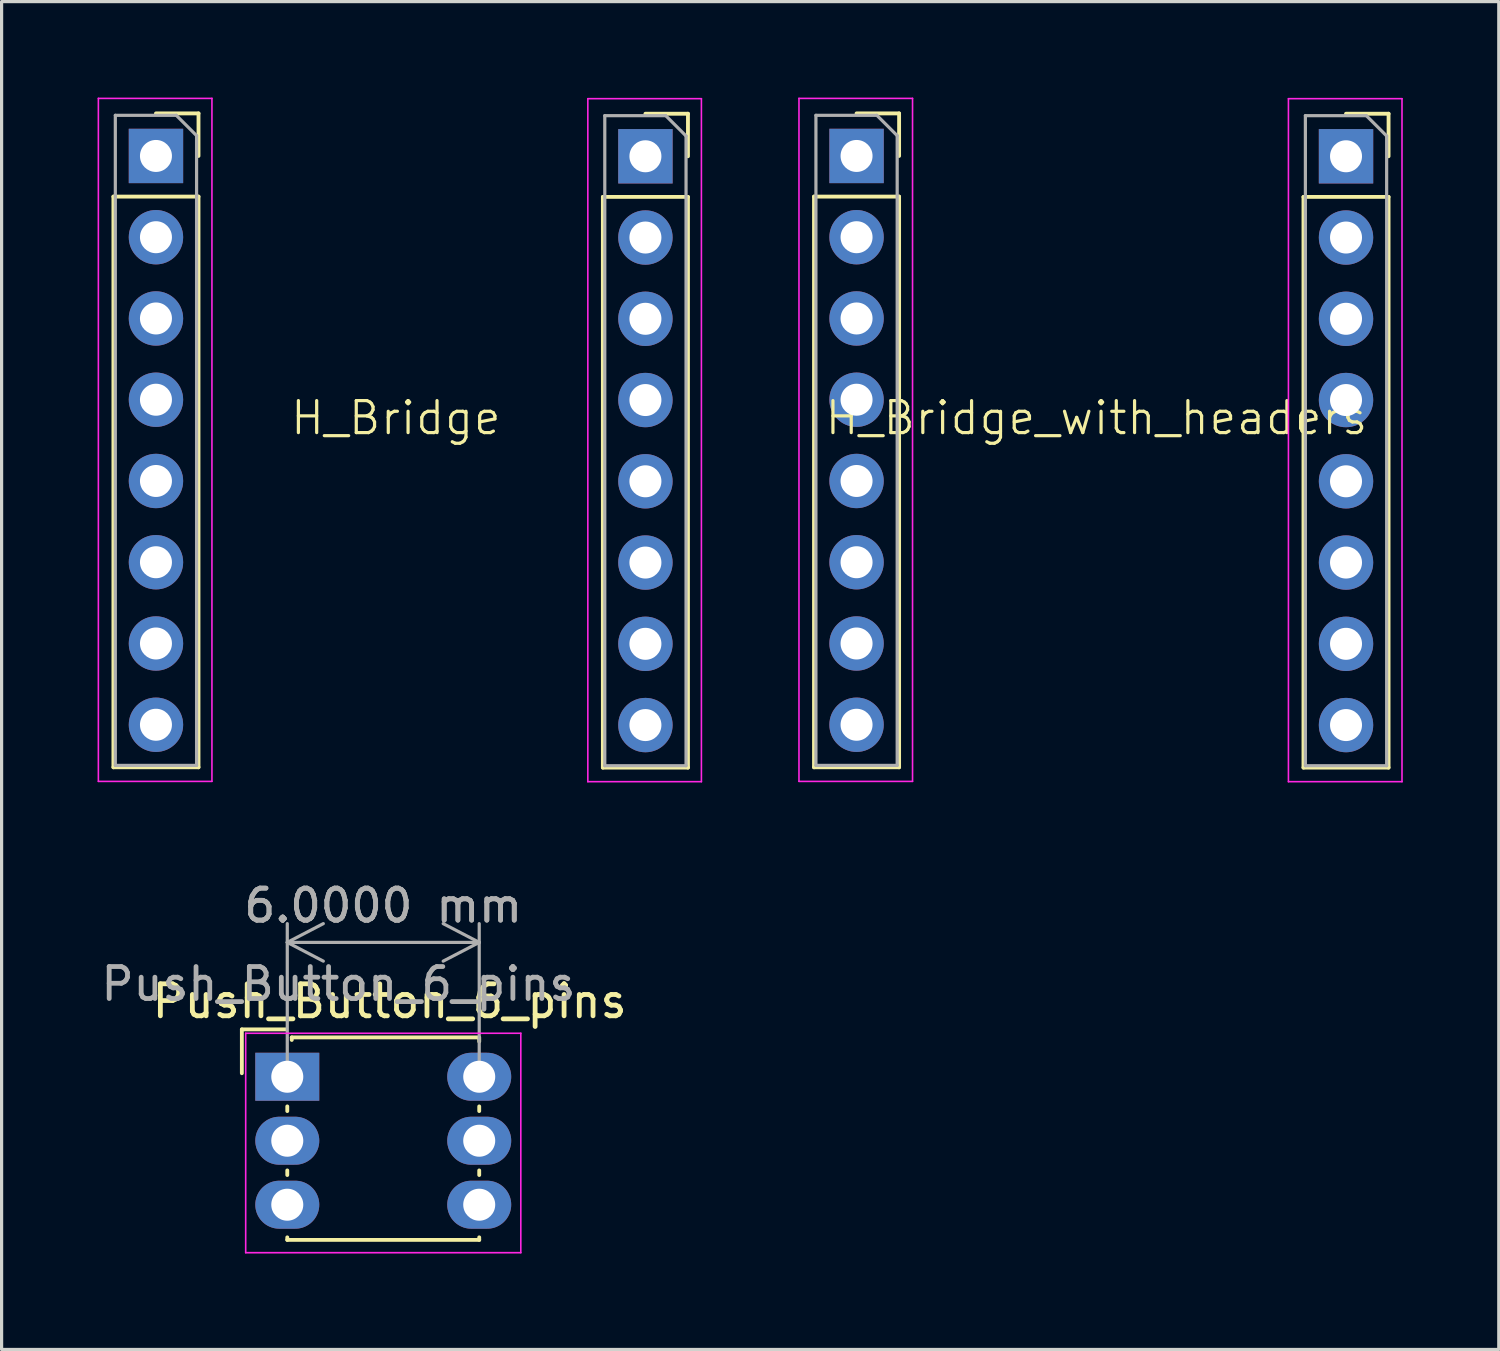
<source format=kicad_pcb>
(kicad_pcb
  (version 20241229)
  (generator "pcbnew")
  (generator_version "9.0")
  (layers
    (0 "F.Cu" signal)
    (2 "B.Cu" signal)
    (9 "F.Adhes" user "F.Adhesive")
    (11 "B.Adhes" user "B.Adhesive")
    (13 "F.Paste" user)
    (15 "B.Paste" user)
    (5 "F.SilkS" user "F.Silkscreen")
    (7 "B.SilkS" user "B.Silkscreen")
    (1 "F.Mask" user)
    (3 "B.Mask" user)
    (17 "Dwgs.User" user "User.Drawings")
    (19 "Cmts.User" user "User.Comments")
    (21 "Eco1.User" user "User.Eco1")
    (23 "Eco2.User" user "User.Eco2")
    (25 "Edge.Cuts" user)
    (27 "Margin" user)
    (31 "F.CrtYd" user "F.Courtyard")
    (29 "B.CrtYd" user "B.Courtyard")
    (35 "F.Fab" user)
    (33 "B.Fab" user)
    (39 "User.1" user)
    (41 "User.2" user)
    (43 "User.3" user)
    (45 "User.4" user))
  (footprint "H_Bridge_with_headers"
    (layer "F.Cu")
    (at 31.225 10.515)
    (property "Reference" "H_Bridge_with_headers" (at 0 -0.5 0) (unlocked yes) (layer "F.SilkS") (effects (font (size 1 1) (thickness 0.1))))
    (attr smd)
    (fp_line (start -8.83 -7.42) (end -8.83 10.42) (stroke (width 0.12) (type solid)) (layer "F.SilkS"))
    (fp_line (start -8.83 -7.42) (end -6.17 -7.42) (stroke (width 0.12) (type solid)) (layer "F.SilkS"))
    (fp_line (start -8.83 10.42) (end -6.17 10.42) (stroke (width 0.12) (type solid)) (layer "F.SilkS"))
    (fp_line (start -7.5 -10.02) (end -6.17 -10.02) (stroke (width 0.12) (type solid)) (layer "F.SilkS"))
    (fp_line (start -6.17 -10.02) (end -6.17 -8.69) (stroke (width 0.12) (type solid)) (layer "F.SilkS"))
    (fp_line (start -6.17 -7.42) (end -6.17 10.42) (stroke (width 0.12) (type solid)) (layer "F.SilkS"))
    (fp_line (start 6.47 -7.41) (end 6.47 10.43) (stroke (width 0.12) (type solid)) (layer "F.SilkS"))
    (fp_line (start 6.47 -7.41) (end 9.13 -7.41) (stroke (width 0.12) (type solid)) (layer "F.SilkS"))
    (fp_line (start 6.47 10.43) (end 9.13 10.43) (stroke (width 0.12) (type solid)) (layer "F.SilkS"))
    (fp_line (start 7.8 -10.01) (end 9.13 -10.01) (stroke (width 0.12) (type solid)) (layer "F.SilkS"))
    (fp_line (start 9.13 -10.01) (end 9.13 -8.68) (stroke (width 0.12) (type solid)) (layer "F.SilkS"))
    (fp_line (start 9.13 -7.41) (end 9.13 10.43) (stroke (width 0.12) (type solid)) (layer "F.SilkS"))
    (fp_line (start -9.3 -10.49) (end -5.75 -10.49) (stroke (width 0.05) (type solid)) (layer "F.CrtYd"))
    (fp_line (start -9.3 10.86) (end -9.3 -10.49) (stroke (width 0.05) (type solid)) (layer "F.CrtYd"))
    (fp_line (start -5.75 -10.49) (end -5.75 10.86) (stroke (width 0.05) (type solid)) (layer "F.CrtYd"))
    (fp_line (start -5.75 10.86) (end -9.3 10.86) (stroke (width 0.05) (type solid)) (layer "F.CrtYd"))
    (fp_line (start 6 -10.48) (end 9.55 -10.48) (stroke (width 0.05) (type solid)) (layer "F.CrtYd"))
    (fp_line (start 6 10.87) (end 6 -10.48) (stroke (width 0.05) (type solid)) (layer "F.CrtYd"))
    (fp_line (start 9.55 -10.48) (end 9.55 10.87) (stroke (width 0.05) (type solid)) (layer "F.CrtYd"))
    (fp_line (start 9.55 10.87) (end 6 10.87) (stroke (width 0.05) (type solid)) (layer "F.CrtYd"))
    (fp_line (start -8.77 -9.96) (end -6.865 -9.96) (stroke (width 0.1) (type solid)) (layer "F.Fab"))
    (fp_line (start -8.77 10.36) (end -8.77 -9.96) (stroke (width 0.1) (type solid)) (layer "F.Fab"))
    (fp_line (start -6.865 -9.96) (end -6.23 -9.325) (stroke (width 0.1) (type solid)) (layer "F.Fab"))
    (fp_line (start -6.23 -9.325) (end -6.23 10.36) (stroke (width 0.1) (type solid)) (layer "F.Fab"))
    (fp_line (start -6.23 10.36) (end -8.77 10.36) (stroke (width 0.1) (type solid)) (layer "F.Fab"))
    (fp_line (start 6.53 -9.95) (end 8.435 -9.95) (stroke (width 0.1) (type solid)) (layer "F.Fab"))
    (fp_line (start 6.53 10.37) (end 6.53 -9.95) (stroke (width 0.1) (type solid)) (layer "F.Fab"))
    (fp_line (start 8.435 -9.95) (end 9.07 -9.315) (stroke (width 0.1) (type solid)) (layer "F.Fab"))
    (fp_line (start 9.07 -9.315) (end 9.07 10.37) (stroke (width 0.1) (type solid)) (layer "F.Fab"))
    (fp_line (start 9.07 10.37) (end 6.53 10.37) (stroke (width 0.1) (type solid)) (layer "F.Fab"))
    (pad "1" thru_hole rect (at -7.5 -8.69) (size 1.7 1.7) (drill 1) (layers "*.Cu" "*.Mask"))
    (pad "2" thru_hole oval (at -7.5 -6.15) (size 1.7 1.7) (drill 1) (layers "*.Cu" "*.Mask"))
    (pad "3" thru_hole oval (at -7.5 -3.61) (size 1.7 1.7) (drill 1) (layers "*.Cu" "*.Mask"))
    (pad "4" thru_hole oval (at -7.5 -1.07) (size 1.7 1.7) (drill 1) (layers "*.Cu" "*.Mask"))
    (pad "5" thru_hole oval (at -7.5 1.47) (size 1.7 1.7) (drill 1) (layers "*.Cu" "*.Mask"))
    (pad "6" thru_hole oval (at -7.5 4.01) (size 1.7 1.7) (drill 1) (layers "*.Cu" "*.Mask"))
    (pad "7" thru_hole oval (at -7.5 6.55) (size 1.7 1.7) (drill 1) (layers "*.Cu" "*.Mask"))
    (pad "8" thru_hole oval (at -7.5 9.09) (size 1.7 1.7) (drill 1) (layers "*.Cu" "*.Mask"))
    (pad "9" thru_hole oval (at 7.8 9.1) (size 1.7 1.7) (drill 1) (layers "*.Cu" "*.Mask"))
    (pad "10" thru_hole oval (at 7.8 6.56) (size 1.7 1.7) (drill 1) (layers "*.Cu" "*.Mask"))
    (pad "11" thru_hole oval (at 7.8 4.02) (size 1.7 1.7) (drill 1) (layers "*.Cu" "*.Mask"))
    (pad "12" thru_hole oval (at 7.8 1.48) (size 1.7 1.7) (drill 1) (layers "*.Cu" "*.Mask"))
    (pad "13" thru_hole oval (at 7.8 -1.06) (size 1.7 1.7) (drill 1) (layers "*.Cu" "*.Mask"))
    (pad "14" thru_hole oval (at 7.8 -3.6) (size 1.7 1.7) (drill 1) (layers "*.Cu" "*.Mask"))
    (pad "15" thru_hole oval (at 7.8 -6.14) (size 1.7 1.7) (drill 1) (layers "*.Cu" "*.Mask"))
    (pad "16" thru_hole rect (at 7.8 -8.68) (size 1.7 1.7) (drill 1) (layers "*.Cu" "*.Mask")))
  (footprint "H_Bridge"
    (layer "F.Cu")
    (at 9.325 10.515)
    (property "Reference" "H_Bridge" (at 0 -0.5 0) (unlocked yes) (layer "F.SilkS") (effects (font (size 1 1) (thickness 0.1))))
    (attr smd)
    (fp_line (start -8.83 -7.42) (end -8.83 10.42) (stroke (width 0.12) (type solid)) (layer "F.SilkS"))
    (fp_line (start -8.83 -7.42) (end -6.17 -7.42) (stroke (width 0.12) (type solid)) (layer "F.SilkS"))
    (fp_line (start -8.83 10.42) (end -6.17 10.42) (stroke (width 0.12) (type solid)) (layer "F.SilkS"))
    (fp_line (start -7.5 -10.02) (end -6.17 -10.02) (stroke (width 0.12) (type solid)) (layer "F.SilkS"))
    (fp_line (start -6.17 -10.02) (end -6.17 -8.69) (stroke (width 0.12) (type solid)) (layer "F.SilkS"))
    (fp_line (start -6.17 -7.42) (end -6.17 10.42) (stroke (width 0.12) (type solid)) (layer "F.SilkS"))
    (fp_line (start 6.47 -7.41) (end 6.47 10.43) (stroke (width 0.12) (type solid)) (layer "F.SilkS"))
    (fp_line (start 6.47 -7.41) (end 9.13 -7.41) (stroke (width 0.12) (type solid)) (layer "F.SilkS"))
    (fp_line (start 6.47 10.43) (end 9.13 10.43) (stroke (width 0.12) (type solid)) (layer "F.SilkS"))
    (fp_line (start 7.8 -10.01) (end 9.13 -10.01) (stroke (width 0.12) (type solid)) (layer "F.SilkS"))
    (fp_line (start 9.13 -10.01) (end 9.13 -8.68) (stroke (width 0.12) (type solid)) (layer "F.SilkS"))
    (fp_line (start 9.13 -7.41) (end 9.13 10.43) (stroke (width 0.12) (type solid)) (layer "F.SilkS"))
    (fp_line (start -9.3 -10.49) (end -5.75 -10.49) (stroke (width 0.05) (type solid)) (layer "F.CrtYd"))
    (fp_line (start -9.3 10.86) (end -9.3 -10.49) (stroke (width 0.05) (type solid)) (layer "F.CrtYd"))
    (fp_line (start -5.75 -10.49) (end -5.75 10.86) (stroke (width 0.05) (type solid)) (layer "F.CrtYd"))
    (fp_line (start -5.75 10.86) (end -9.3 10.86) (stroke (width 0.05) (type solid)) (layer "F.CrtYd"))
    (fp_line (start 6 -10.48) (end 9.55 -10.48) (stroke (width 0.05) (type solid)) (layer "F.CrtYd"))
    (fp_line (start 6 10.87) (end 6 -10.48) (stroke (width 0.05) (type solid)) (layer "F.CrtYd"))
    (fp_line (start 9.55 -10.48) (end 9.55 10.87) (stroke (width 0.05) (type solid)) (layer "F.CrtYd"))
    (fp_line (start 9.55 10.87) (end 6 10.87) (stroke (width 0.05) (type solid)) (layer "F.CrtYd"))
    (fp_line (start -8.77 -9.96) (end -6.865 -9.96) (stroke (width 0.1) (type solid)) (layer "F.Fab"))
    (fp_line (start -8.77 10.36) (end -8.77 -9.96) (stroke (width 0.1) (type solid)) (layer "F.Fab"))
    (fp_line (start -6.865 -9.96) (end -6.23 -9.325) (stroke (width 0.1) (type solid)) (layer "F.Fab"))
    (fp_line (start -6.23 -9.325) (end -6.23 10.36) (stroke (width 0.1) (type solid)) (layer "F.Fab"))
    (fp_line (start -6.23 10.36) (end -8.77 10.36) (stroke (width 0.1) (type solid)) (layer "F.Fab"))
    (fp_line (start 6.53 -9.95) (end 8.435 -9.95) (stroke (width 0.1) (type solid)) (layer "F.Fab"))
    (fp_line (start 6.53 10.37) (end 6.53 -9.95) (stroke (width 0.1) (type solid)) (layer "F.Fab"))
    (fp_line (start 8.435 -9.95) (end 9.07 -9.315) (stroke (width 0.1) (type solid)) (layer "F.Fab"))
    (fp_line (start 9.07 -9.315) (end 9.07 10.37) (stroke (width 0.1) (type solid)) (layer "F.Fab"))
    (fp_line (start 9.07 10.37) (end 6.53 10.37) (stroke (width 0.1) (type solid)) (layer "F.Fab"))
    (pad "1" thru_hole rect (at -7.5 -8.69) (size 1.7 1.7) (drill 1) (layers "*.Cu" "*.Mask"))
    (pad "2" thru_hole oval (at -7.5 -6.15) (size 1.7 1.7) (drill 1) (layers "*.Cu" "*.Mask"))
    (pad "3" thru_hole oval (at -7.5 -3.61) (size 1.7 1.7) (drill 1) (layers "*.Cu" "*.Mask"))
    (pad "4" thru_hole oval (at -7.5 -1.07) (size 1.7 1.7) (drill 1) (layers "*.Cu" "*.Mask"))
    (pad "5" thru_hole oval (at -7.5 1.47) (size 1.7 1.7) (drill 1) (layers "*.Cu" "*.Mask"))
    (pad "6" thru_hole oval (at -7.5 4.01) (size 1.7 1.7) (drill 1) (layers "*.Cu" "*.Mask"))
    (pad "7" thru_hole oval (at -7.5 6.55) (size 1.7 1.7) (drill 1) (layers "*.Cu" "*.Mask"))
    (pad "8" thru_hole oval (at -7.5 9.09) (size 1.7 1.7) (drill 1) (layers "*.Cu" "*.Mask"))
    (pad "9" thru_hole oval (at 7.8 9.1) (size 1.7 1.7) (drill 1) (layers "*.Cu" "*.Mask"))
    (pad "10" thru_hole oval (at 7.8 6.56) (size 1.7 1.7) (drill 1) (layers "*.Cu" "*.Mask"))
    (pad "11" thru_hole oval (at 7.8 4.02) (size 1.7 1.7) (drill 1) (layers "*.Cu" "*.Mask"))
    (pad "12" thru_hole oval (at 7.8 1.48) (size 1.7 1.7) (drill 1) (layers "*.Cu" "*.Mask"))
    (pad "13" thru_hole oval (at 7.8 -1.06) (size 1.7 1.7) (drill 1) (layers "*.Cu" "*.Mask"))
    (pad "14" thru_hole oval (at 7.8 -3.6) (size 1.7 1.7) (drill 1) (layers "*.Cu" "*.Mask"))
    (pad "15" thru_hole oval (at 7.8 -6.14) (size 1.7 1.7) (drill 1) (layers "*.Cu" "*.Mask"))
    (pad "16" thru_hole rect (at 7.8 -8.68) (size 1.7 1.7) (drill 1) (layers "*.Cu" "*.Mask")))
  (footprint "Push_Button_6_pins"
    (layer "F.Cu")
    (at 5.93 30.608)
    (property "Reference" "Push_Button_6_pins" (at 3.2 -2.36 0) (layer "F.SilkS") (effects (font (size 1 1) (thickness 0.15))))
    (attr through_hole)
    (fp_line (start -1.42 -1.48) (end -0.05 -1.48) (stroke (width 0.12) (type solid)) (layer "F.SilkS"))
    (fp_line (start -1.42 -0.11) (end -1.42 -1.48) (stroke (width 0.12) (type solid)) (layer "F.SilkS"))
    (fp_line (start 0 1.073) (end 0 0.927) (stroke (width 0.12) (type solid)) (layer "F.SilkS"))
    (fp_line (start 0 3.072) (end 0 2.928) (stroke (width 0.12) (type solid)) (layer "F.SilkS"))
    (fp_line (start 0 5.02) (end 0 5.1) (stroke (width 0.12) (type solid)) (layer "F.SilkS"))
    (fp_line (start 0 5.1) (end 6 5.1) (stroke (width 0.12) (type solid)) (layer "F.SilkS"))
    (fp_line (start 0.14 -1.23) (end 6 -1.23) (stroke (width 0.12) (type solid)) (layer "F.SilkS"))
    (fp_line (start 0.14 -1.15) (end 0.14 -1.23) (stroke (width 0.12) (type solid)) (layer "F.SilkS"))
    (fp_line (start 6 -1.2) (end 6 -1.1) (stroke (width 0.12) (type solid)) (layer "F.SilkS"))
    (fp_line (start 6 1.073) (end 6 0.927) (stroke (width 0.12) (type solid)) (layer "F.SilkS"))
    (fp_line (start 6 3.072) (end 6 2.928) (stroke (width 0.12) (type solid)) (layer "F.SilkS"))
    (fp_line (start 6 5.1) (end 6 5.02) (stroke (width 0.12) (type solid)) (layer "F.SilkS"))
    (fp_line (start -1.3 -1.36) (end -1.3 5.5) (stroke (width 0.05) (type solid)) (layer "F.CrtYd"))
    (fp_line (start -1.3 5.5) (end 7.3 5.5) (stroke (width 0.05) (type solid)) (layer "F.CrtYd"))
    (fp_line (start 7.3 -1.36) (end -1.3 -1.36) (stroke (width 0.05) (type solid)) (layer "F.CrtYd"))
    (fp_line (start 7.3 5.5) (end 7.3 -1.36) (stroke (width 0.05) (type solid)) (layer "F.CrtYd"))
    (fp_text user "${REFERENCE}" (at 1.6 -2.9 0) (layer "F.Fab") (effects (font (size 1 1) (thickness 0.15))))
    (dimension (type aligned) (layer "F.Fab") (pts (xy 5.93 30.608) (xy 11.93 30.608)) (height -4.2) (format (prefix "") (suffix "") (units 3) (units_format 1) (precision 4)) (style (thickness 0.1) (arrow_length 1.27) (text_position_mode 0) (arrow_direction outward) (extension_height 0.586) (extension_offset 0.5) (keep_text_aligned yes)) (gr_text "6.0000 mm" (at 8.93 25.258 0) (layer "F.Fab") (effects (font (size 1 1) (thickness 0.15)))))
    (pad "1" thru_hole rect (at 0 0) (size 2 1.5) (drill 1) (layers "*.Cu" "*.Mask"))
    (pad "2" thru_hole oval (at 6 4) (size 2 1.5) (drill 1) (layers "*.Cu" "*.Mask"))
    (pad "4" thru_hole oval (at 0 4) (size 2 1.5) (drill 1) (layers "*.Cu" "*.Mask"))
    (pad "8" thru_hole oval (at 6 0) (size 2 1.5) (drill 1) (layers "*.Cu" "*.Mask"))
    (pad "C" thru_hole oval (at 0 2) (size 2 1.5) (drill 1) (layers "*.Cu" "*.Mask"))
    (pad "C" thru_hole oval (at 6 2) (size 2 1.5) (drill 1) (layers "*.Cu" "*.Mask")))
  (gr_rect
    (start -3 -3)
    (end 43.8 39.133)
    (stroke (width 0.1) (type default))
    (fill no)
    (layer "Edge.Cuts")))
</source>
